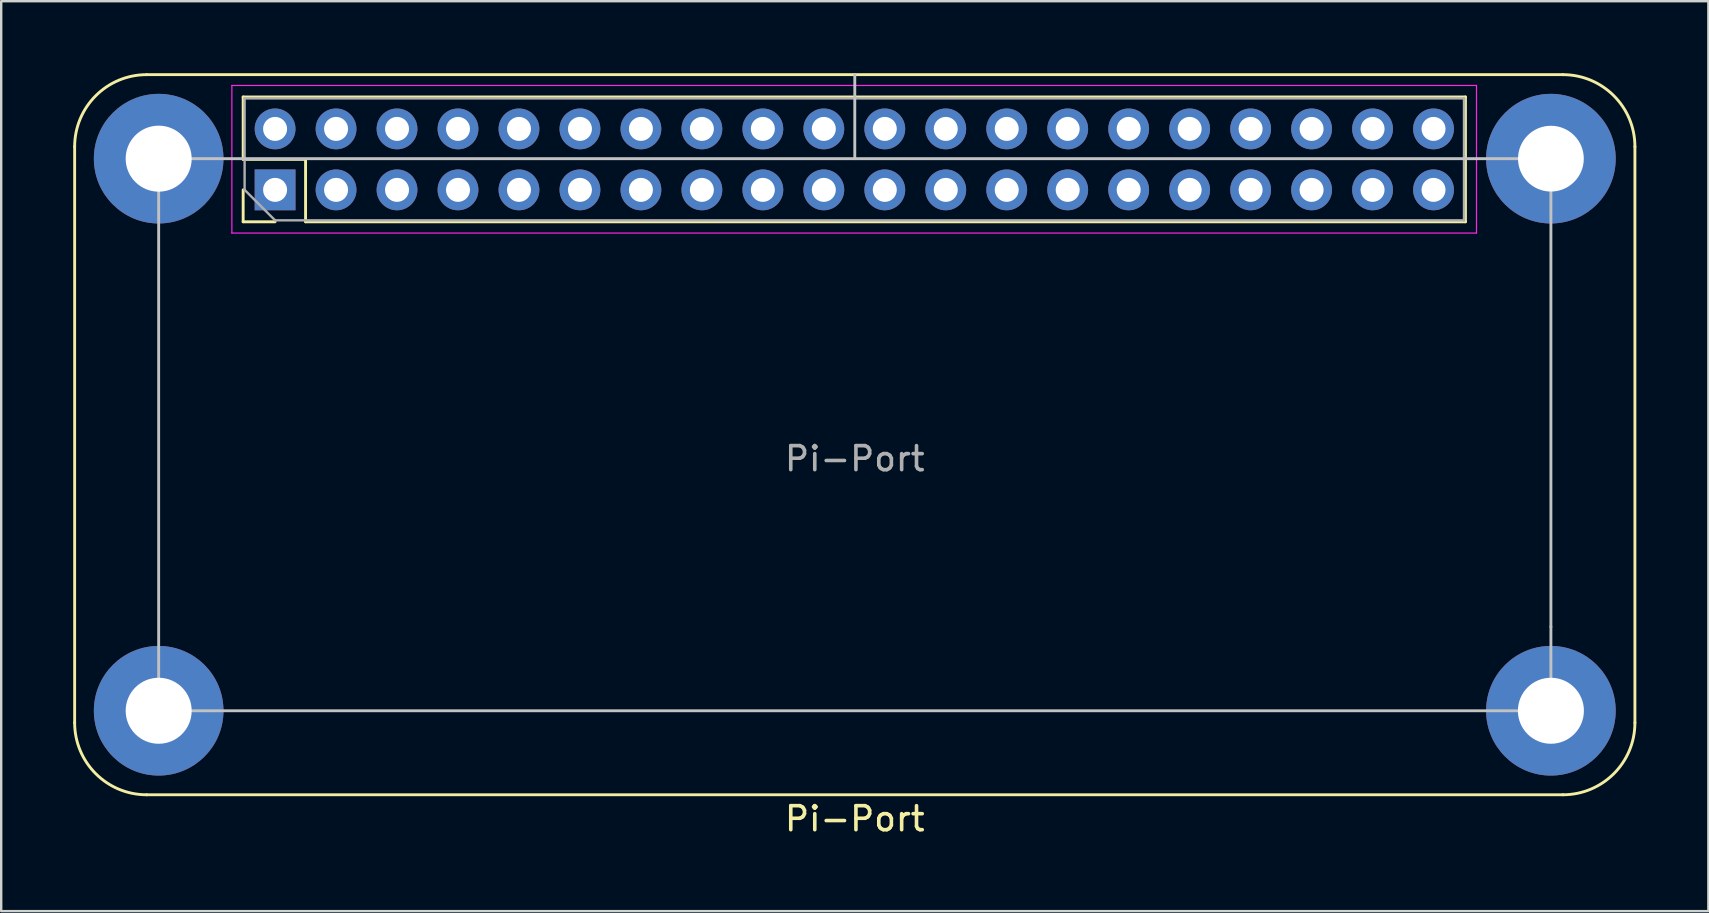
<source format=kicad_pcb>
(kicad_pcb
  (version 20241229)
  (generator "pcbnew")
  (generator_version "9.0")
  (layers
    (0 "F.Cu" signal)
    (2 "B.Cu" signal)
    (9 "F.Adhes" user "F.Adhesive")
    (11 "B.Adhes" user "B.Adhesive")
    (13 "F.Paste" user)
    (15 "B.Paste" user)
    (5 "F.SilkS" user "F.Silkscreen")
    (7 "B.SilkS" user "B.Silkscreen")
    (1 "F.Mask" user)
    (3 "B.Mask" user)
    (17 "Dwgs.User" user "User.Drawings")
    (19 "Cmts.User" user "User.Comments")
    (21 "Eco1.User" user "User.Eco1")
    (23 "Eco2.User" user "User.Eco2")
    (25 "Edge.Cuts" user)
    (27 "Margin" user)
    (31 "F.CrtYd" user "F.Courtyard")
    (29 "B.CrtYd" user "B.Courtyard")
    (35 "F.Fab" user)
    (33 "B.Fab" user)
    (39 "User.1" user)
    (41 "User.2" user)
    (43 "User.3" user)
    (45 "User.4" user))
  (footprint "Pi-Port"
    (layer "F.Cu")
    (at 32.56 3.56)
    (property "Reference" "Pi-Port" (at 0 27.5 180) (layer "F.SilkS") (effects (font (size 1 1) (thickness 0.15))))
    (attr through_hole)
    (fp_line (start -32.5 23.5) (end -32.5 -0.5) (stroke (width 0.12) (type solid)) (layer "F.SilkS"))
    (fp_line (start -29.5 26.5) (end 29.5 26.5) (stroke (width 0.12) (type solid)) (layer "F.SilkS"))
    (fp_line (start -25.48 -2.57) (end 25.44 -2.57) (stroke (width 0.12) (type solid)) (layer "F.SilkS"))
    (fp_line (start -25.48 0.03) (end -25.48 -2.57) (stroke (width 0.12) (type solid)) (layer "F.SilkS"))
    (fp_line (start -25.48 2.63) (end -25.48 1.3) (stroke (width 0.12) (type solid)) (layer "F.SilkS"))
    (fp_line (start -24.15 2.63) (end -25.48 2.63) (stroke (width 0.12) (type solid)) (layer "F.SilkS"))
    (fp_line (start -22.88 0.03) (end -25.48 0.03) (stroke (width 0.12) (type solid)) (layer "F.SilkS"))
    (fp_line (start -22.88 2.63) (end -22.88 0.03) (stroke (width 0.12) (type solid)) (layer "F.SilkS"))
    (fp_line (start -22.88 2.63) (end 25.44 2.63) (stroke (width 0.12) (type solid)) (layer "F.SilkS"))
    (fp_line (start 0 -3.5) (end -29.5 -3.5) (stroke (width 0.12) (type solid)) (layer "F.SilkS"))
    (fp_line (start 0 -3.5) (end 29.5 -3.5) (stroke (width 0.12) (type solid)) (layer "F.SilkS"))
    (fp_line (start 25.44 2.63) (end 25.44 -2.57) (stroke (width 0.12) (type solid)) (layer "F.SilkS"))
    (fp_line (start 32.5 23.5) (end 32.5 -0.5) (stroke (width 0.12) (type solid)) (layer "F.SilkS"))
    (fp_arc (start -32.5 -0.5) (mid -31.62132 -2.62132) (end -29.5 -3.5) (stroke (width 0.12) (type solid)) (layer "F.SilkS"))
    (fp_arc (start -29.5 26.5) (mid -31.62132 25.62132) (end -32.5 23.5) (stroke (width 0.12) (type solid)) (layer "F.SilkS"))
    (fp_arc (start 29.5 -3.5) (mid 31.62132 -2.62132) (end 32.5 -0.5) (stroke (width 0.12) (type solid)) (layer "F.SilkS"))
    (fp_arc (start 32.5 23.5) (mid 31.62132 25.62132) (end 29.5 26.5) (stroke (width 0.12) (type solid)) (layer "F.SilkS"))
    (fp_line (start -29 0) (end -29 23) (stroke (width 0.12) (type solid)) (layer "Dwgs.User"))
    (fp_line (start -29 23) (end 29 23) (stroke (width 0.12) (type solid)) (layer "Dwgs.User"))
    (fp_line (start 0 0) (end 0 -3.5) (stroke (width 0.12) (type solid)) (layer "Dwgs.User"))
    (fp_line (start 29 0) (end -29 0) (stroke (width 0.12) (type solid)) (layer "Dwgs.User"))
    (fp_line (start 29 0) (end 29 19.5) (stroke (width 0.12) (type solid)) (layer "Dwgs.User"))
    (fp_line (start 29 19.5) (end 29 23) (stroke (width 0.12) (type solid)) (layer "Dwgs.User"))
    (fp_line (start -25.95 -3.05) (end -25.95 3.1) (stroke (width 0.05) (type solid)) (layer "F.CrtYd"))
    (fp_line (start -25.95 3.1) (end 25.9 3.1) (stroke (width 0.05) (type solid)) (layer "F.CrtYd"))
    (fp_line (start 25.9 -3.05) (end -25.95 -3.05) (stroke (width 0.05) (type solid)) (layer "F.CrtYd"))
    (fp_line (start 25.9 3.1) (end 25.9 -3.05) (stroke (width 0.05) (type solid)) (layer "F.CrtYd"))
    (fp_line (start -25.42 -2.51) (end 25.38 -2.51) (stroke (width 0.1) (type solid)) (layer "F.Fab"))
    (fp_line (start -25.42 1.3) (end -25.42 -2.51) (stroke (width 0.1) (type solid)) (layer "F.Fab"))
    (fp_line (start -24.15 2.57) (end -25.42 1.3) (stroke (width 0.1) (type solid)) (layer "F.Fab"))
    (fp_line (start 25.38 -2.51) (end 25.38 2.57) (stroke (width 0.1) (type solid)) (layer "F.Fab"))
    (fp_line (start 25.38 2.57) (end -24.15 2.57) (stroke (width 0.1) (type solid)) (layer "F.Fab"))
    (fp_text user "${REFERENCE}" (at 0 12.5 0) (layer "F.Fab") (effects (font (size 1 1) (thickness 0.15))))
    (pad "1" thru_hole rect (at -24.15 1.3 90) (size 1.7 1.7) (drill 1) (layers "*.Cu" "*.Mask"))
    (pad "2" thru_hole oval (at -24.15 -1.24 90) (size 1.7 1.7) (drill 1) (layers "*.Cu" "*.Mask"))
    (pad "3" thru_hole oval (at -21.61 1.3 90) (size 1.7 1.7) (drill 1) (layers "*.Cu" "*.Mask"))
    (pad "4" thru_hole oval (at -21.61 -1.24 90) (size 1.7 1.7) (drill 1) (layers "*.Cu" "*.Mask"))
    (pad "5" thru_hole oval (at -19.07 1.3 90) (size 1.7 1.7) (drill 1) (layers "*.Cu" "*.Mask"))
    (pad "6" thru_hole oval (at -19.07 -1.24 90) (size 1.7 1.7) (drill 1) (layers "*.Cu" "*.Mask"))
    (pad "7" thru_hole oval (at -16.53 1.3 90) (size 1.7 1.7) (drill 1) (layers "*.Cu" "*.Mask"))
    (pad "8" thru_hole oval (at -16.53 -1.24 90) (size 1.7 1.7) (drill 1) (layers "*.Cu" "*.Mask"))
    (pad "9" thru_hole oval (at -13.99 1.3 90) (size 1.7 1.7) (drill 1) (layers "*.Cu" "*.Mask"))
    (pad "10" thru_hole oval (at -13.99 -1.24 90) (size 1.7 1.7) (drill 1) (layers "*.Cu" "*.Mask"))
    (pad "11" thru_hole oval (at -11.45 1.3 90) (size 1.7 1.7) (drill 1) (layers "*.Cu" "*.Mask"))
    (pad "12" thru_hole oval (at -11.45 -1.24 90) (size 1.7 1.7) (drill 1) (layers "*.Cu" "*.Mask"))
    (pad "13" thru_hole oval (at -8.91 1.3 90) (size 1.7 1.7) (drill 1) (layers "*.Cu" "*.Mask"))
    (pad "14" thru_hole oval (at -8.91 -1.24 90) (size 1.7 1.7) (drill 1) (layers "*.Cu" "*.Mask"))
    (pad "15" thru_hole oval (at -6.37 1.3 90) (size 1.7 1.7) (drill 1) (layers "*.Cu" "*.Mask"))
    (pad "16" thru_hole oval (at -6.37 -1.24 90) (size 1.7 1.7) (drill 1) (layers "*.Cu" "*.Mask"))
    (pad "17" thru_hole oval (at -3.83 1.3 90) (size 1.7 1.7) (drill 1) (layers "*.Cu" "*.Mask"))
    (pad "18" thru_hole oval (at -3.83 -1.24 90) (size 1.7 1.7) (drill 1) (layers "*.Cu" "*.Mask"))
    (pad "19" thru_hole oval (at -1.29 1.3 90) (size 1.7 1.7) (drill 1) (layers "*.Cu" "*.Mask"))
    (pad "20" thru_hole oval (at -1.29 -1.24 90) (size 1.7 1.7) (drill 1) (layers "*.Cu" "*.Mask"))
    (pad "21" thru_hole oval (at 1.25 1.3 90) (size 1.7 1.7) (drill 1) (layers "*.Cu" "*.Mask"))
    (pad "22" thru_hole oval (at 1.25 -1.24 90) (size 1.7 1.7) (drill 1) (layers "*.Cu" "*.Mask"))
    (pad "23" thru_hole oval (at 3.79 1.3 90) (size 1.7 1.7) (drill 1) (layers "*.Cu" "*.Mask"))
    (pad "24" thru_hole oval (at 3.79 -1.24 90) (size 1.7 1.7) (drill 1) (layers "*.Cu" "*.Mask"))
    (pad "25" thru_hole oval (at 6.33 1.3 90) (size 1.7 1.7) (drill 1) (layers "*.Cu" "*.Mask"))
    (pad "26" thru_hole oval (at 6.33 -1.24 90) (size 1.7 1.7) (drill 1) (layers "*.Cu" "*.Mask"))
    (pad "27" thru_hole oval (at 8.87 1.3 90) (size 1.7 1.7) (drill 1) (layers "*.Cu" "*.Mask"))
    (pad "28" thru_hole oval (at 8.87 -1.24 90) (size 1.7 1.7) (drill 1) (layers "*.Cu" "*.Mask"))
    (pad "29" thru_hole oval (at 11.41 1.3 90) (size 1.7 1.7) (drill 1) (layers "*.Cu" "*.Mask"))
    (pad "30" thru_hole oval (at 11.41 -1.24 90) (size 1.7 1.7) (drill 1) (layers "*.Cu" "*.Mask"))
    (pad "31" thru_hole oval (at 13.95 1.3 90) (size 1.7 1.7) (drill 1) (layers "*.Cu" "*.Mask"))
    (pad "32" thru_hole oval (at 13.95 -1.24 90) (size 1.7 1.7) (drill 1) (layers "*.Cu" "*.Mask"))
    (pad "33" thru_hole oval (at 16.49 1.3 90) (size 1.7 1.7) (drill 1) (layers "*.Cu" "*.Mask"))
    (pad "34" thru_hole oval (at 16.49 -1.24 90) (size 1.7 1.7) (drill 1) (layers "*.Cu" "*.Mask"))
    (pad "35" thru_hole oval (at 19.03 1.3 90) (size 1.7 1.7) (drill 1) (layers "*.Cu" "*.Mask"))
    (pad "36" thru_hole oval (at 19.03 -1.24 90) (size 1.7 1.7) (drill 1) (layers "*.Cu" "*.Mask"))
    (pad "37" thru_hole oval (at 21.57 1.3 90) (size 1.7 1.7) (drill 1) (layers "*.Cu" "*.Mask"))
    (pad "38" thru_hole oval (at 21.57 -1.24 90) (size 1.7 1.7) (drill 1) (layers "*.Cu" "*.Mask"))
    (pad "39" thru_hole oval (at 24.11 1.3 90) (size 1.7 1.7) (drill 1) (layers "*.Cu" "*.Mask"))
    (pad "40" thru_hole oval (at 24.11 -1.24 90) (size 1.7 1.7) (drill 1) (layers "*.Cu" "*.Mask"))
    (pad "41" thru_hole circle (at -29 0) (size 5.4 5.4) (drill 2.75) (layers "*.Cu" "*.Mask"))
    (pad "42" thru_hole circle (at 29 0) (size 5.4 5.4) (drill 2.74) (layers "*.Cu" "*.Mask"))
    (pad "43" thru_hole circle (at -29 23) (size 5.4 5.4) (drill 2.75) (layers "*.Cu" "*.Mask"))
    (pad "44" thru_hole circle (at 29 23) (size 5.4 5.4) (drill 2.75) (layers "*.Cu" "*.Mask")))
  (gr_rect
    (start -3 -3)
    (end 68.12 34.908)
    (stroke (width 0.1) (type default))
    (fill no)
    (layer "Edge.Cuts")))
</source>
